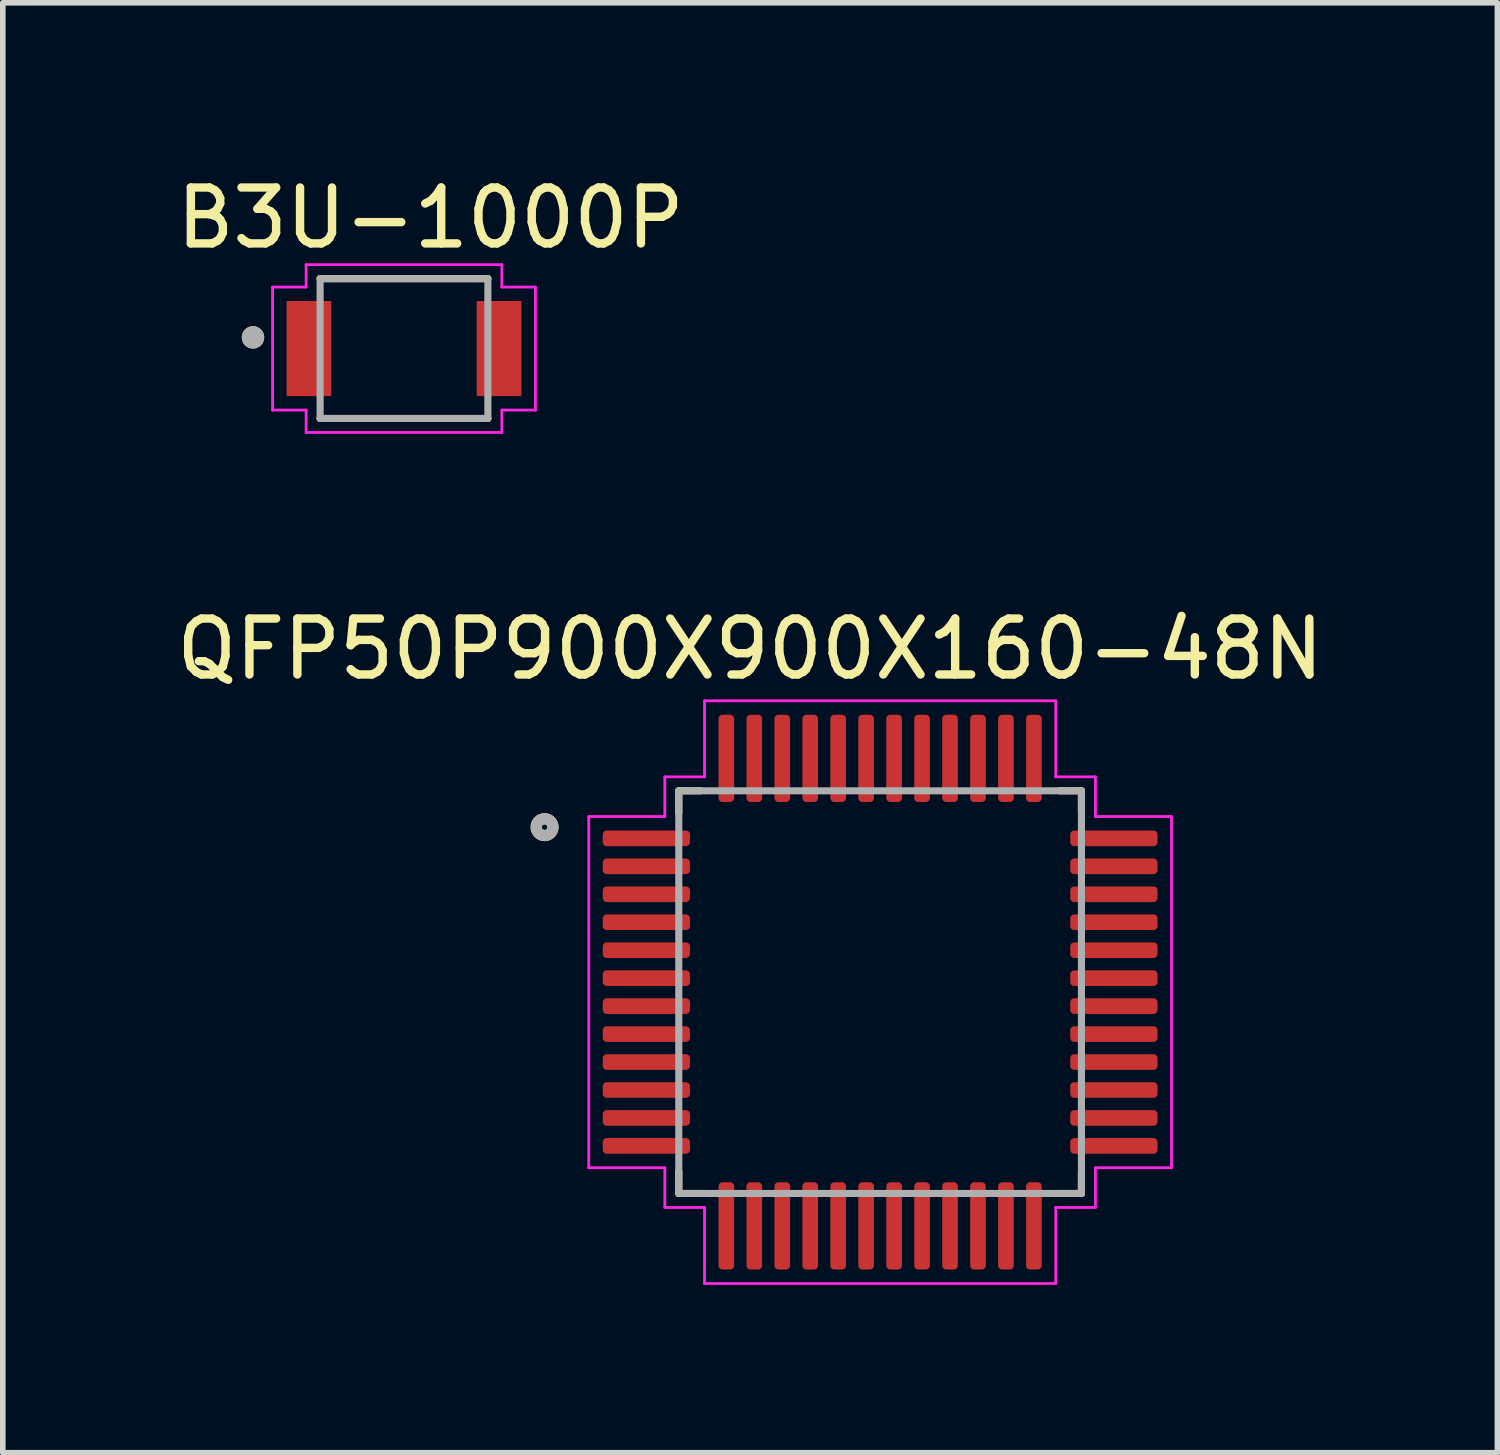
<source format=kicad_pcb>
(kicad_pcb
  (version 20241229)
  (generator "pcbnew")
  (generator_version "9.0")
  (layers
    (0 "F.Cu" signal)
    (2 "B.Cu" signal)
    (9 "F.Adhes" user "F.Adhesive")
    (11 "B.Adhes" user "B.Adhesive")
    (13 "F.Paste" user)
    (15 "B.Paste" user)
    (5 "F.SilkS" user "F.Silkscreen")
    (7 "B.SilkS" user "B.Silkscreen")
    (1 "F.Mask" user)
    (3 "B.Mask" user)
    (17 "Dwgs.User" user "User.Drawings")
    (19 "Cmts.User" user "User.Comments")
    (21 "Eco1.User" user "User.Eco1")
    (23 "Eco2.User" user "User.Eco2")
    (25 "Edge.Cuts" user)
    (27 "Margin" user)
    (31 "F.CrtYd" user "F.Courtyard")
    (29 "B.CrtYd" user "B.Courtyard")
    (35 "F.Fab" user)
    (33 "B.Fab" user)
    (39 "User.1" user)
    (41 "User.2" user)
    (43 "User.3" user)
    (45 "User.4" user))
  (footprint "QFP50P900X900X160-48N"
    (layer "F.Cu")
    (at 12.688 14.691)
    (property "Reference" "QFP50P900X900X160-48N" (at -2.325 -6.135 0) (layer "F.SilkS") (effects (font (size 1 1) (thickness 0.15))))
    (attr smd)
    (fp_line (start -3.6 -3.6) (end -3.6 -3.21) (stroke (width 0.127) (type solid)) (layer "F.SilkS"))
    (fp_line (start -3.6 3.21) (end -3.6 3.6) (stroke (width 0.127) (type solid)) (layer "F.SilkS"))
    (fp_line (start -3.6 3.6) (end -3.21 3.6) (stroke (width 0.127) (type solid)) (layer "F.SilkS"))
    (fp_line (start -3.21 -3.6) (end -3.6 -3.6) (stroke (width 0.127) (type solid)) (layer "F.SilkS"))
    (fp_line (start 3.21 3.6) (end 3.6 3.6) (stroke (width 0.127) (type solid)) (layer "F.SilkS"))
    (fp_line (start 3.6 -3.6) (end 3.21 -3.6) (stroke (width 0.127) (type solid)) (layer "F.SilkS"))
    (fp_line (start 3.6 -3.21) (end 3.6 -3.6) (stroke (width 0.127) (type solid)) (layer "F.SilkS"))
    (fp_line (start 3.6 3.6) (end 3.6 3.21) (stroke (width 0.127) (type solid)) (layer "F.SilkS"))
    (fp_circle (center -6 -2.95) (end -5.85 -2.95) (stroke (width 0.2) (type solid)) (fill no) (layer "F.SilkS"))
    (fp_line (start -5.21 -3.14) (end -3.85 -3.14) (stroke (width 0.05) (type solid)) (layer "F.CrtYd"))
    (fp_line (start -5.21 3.14) (end -5.21 -3.14) (stroke (width 0.05) (type solid)) (layer "F.CrtYd"))
    (fp_line (start -3.85 -3.85) (end -3.14 -3.85) (stroke (width 0.05) (type solid)) (layer "F.CrtYd"))
    (fp_line (start -3.85 -3.14) (end -3.85 -3.85) (stroke (width 0.05) (type solid)) (layer "F.CrtYd"))
    (fp_line (start -3.85 3.14) (end -5.21 3.14) (stroke (width 0.05) (type solid)) (layer "F.CrtYd"))
    (fp_line (start -3.85 3.85) (end -3.85 3.14) (stroke (width 0.05) (type solid)) (layer "F.CrtYd"))
    (fp_line (start -3.14 -5.21) (end 3.14 -5.21) (stroke (width 0.05) (type solid)) (layer "F.CrtYd"))
    (fp_line (start -3.14 -3.85) (end -3.14 -5.21) (stroke (width 0.05) (type solid)) (layer "F.CrtYd"))
    (fp_line (start -3.14 3.85) (end -3.85 3.85) (stroke (width 0.05) (type solid)) (layer "F.CrtYd"))
    (fp_line (start -3.14 5.21) (end -3.14 3.85) (stroke (width 0.05) (type solid)) (layer "F.CrtYd"))
    (fp_line (start 3.14 -5.21) (end 3.14 -3.85) (stroke (width 0.05) (type solid)) (layer "F.CrtYd"))
    (fp_line (start 3.14 -3.85) (end 3.85 -3.85) (stroke (width 0.05) (type solid)) (layer "F.CrtYd"))
    (fp_line (start 3.14 3.85) (end 3.14 5.21) (stroke (width 0.05) (type solid)) (layer "F.CrtYd"))
    (fp_line (start 3.14 5.21) (end -3.14 5.21) (stroke (width 0.05) (type solid)) (layer "F.CrtYd"))
    (fp_line (start 3.85 -3.85) (end 3.85 -3.14) (stroke (width 0.05) (type solid)) (layer "F.CrtYd"))
    (fp_line (start 3.85 -3.14) (end 5.21 -3.14) (stroke (width 0.05) (type solid)) (layer "F.CrtYd"))
    (fp_line (start 3.85 3.14) (end 3.85 3.85) (stroke (width 0.05) (type solid)) (layer "F.CrtYd"))
    (fp_line (start 3.85 3.85) (end 3.14 3.85) (stroke (width 0.05) (type solid)) (layer "F.CrtYd"))
    (fp_line (start 5.21 -3.14) (end 5.21 3.14) (stroke (width 0.05) (type solid)) (layer "F.CrtYd"))
    (fp_line (start 5.21 3.14) (end 3.85 3.14) (stroke (width 0.05) (type solid)) (layer "F.CrtYd"))
    (fp_line (start -3.6 -3.6) (end 3.6 -3.6) (stroke (width 0.127) (type solid)) (layer "F.Fab"))
    (fp_line (start -3.6 3.6) (end -3.6 -3.6) (stroke (width 0.127) (type solid)) (layer "F.Fab"))
    (fp_line (start 3.6 -3.6) (end 3.6 3.6) (stroke (width 0.127) (type solid)) (layer "F.Fab"))
    (fp_line (start 3.6 3.6) (end -3.6 3.6) (stroke (width 0.127) (type solid)) (layer "F.Fab"))
    (fp_circle (center -6 -2.95) (end -5.85 -2.95) (stroke (width 0.2) (type solid)) (fill no) (layer "F.Fab"))
    (pad "1" smd roundrect (at -4.18 -2.75) (size 1.56 0.28) (layers "F.Cu" "F.Mask" "F.Paste") (roundrect_rratio 0.25))
    (pad "2" smd roundrect (at -4.18 -2.25) (size 1.56 0.28) (layers "F.Cu" "F.Mask" "F.Paste") (roundrect_rratio 0.25))
    (pad "3" smd roundrect (at -4.18 -1.75) (size 1.56 0.28) (layers "F.Cu" "F.Mask" "F.Paste") (roundrect_rratio 0.25))
    (pad "4" smd roundrect (at -4.18 -1.25) (size 1.56 0.28) (layers "F.Cu" "F.Mask" "F.Paste") (roundrect_rratio 0.25))
    (pad "5" smd roundrect (at -4.18 -0.75) (size 1.56 0.28) (layers "F.Cu" "F.Mask" "F.Paste") (roundrect_rratio 0.25))
    (pad "6" smd roundrect (at -4.18 -0.25) (size 1.56 0.28) (layers "F.Cu" "F.Mask" "F.Paste") (roundrect_rratio 0.25))
    (pad "7" smd roundrect (at -4.18 0.25) (size 1.56 0.28) (layers "F.Cu" "F.Mask" "F.Paste") (roundrect_rratio 0.25))
    (pad "8" smd roundrect (at -4.18 0.75) (size 1.56 0.28) (layers "F.Cu" "F.Mask" "F.Paste") (roundrect_rratio 0.25))
    (pad "9" smd roundrect (at -4.18 1.25) (size 1.56 0.28) (layers "F.Cu" "F.Mask" "F.Paste") (roundrect_rratio 0.25))
    (pad "10" smd roundrect (at -4.18 1.75) (size 1.56 0.28) (layers "F.Cu" "F.Mask" "F.Paste") (roundrect_rratio 0.25))
    (pad "11" smd roundrect (at -4.18 2.25) (size 1.56 0.28) (layers "F.Cu" "F.Mask" "F.Paste") (roundrect_rratio 0.25))
    (pad "12" smd roundrect (at -4.18 2.75) (size 1.56 0.28) (layers "F.Cu" "F.Mask" "F.Paste") (roundrect_rratio 0.25))
    (pad "13" smd roundrect (at -2.75 4.18) (size 0.28 1.56) (layers "F.Cu" "F.Mask" "F.Paste") (roundrect_rratio 0.25))
    (pad "14" smd roundrect (at -2.25 4.18) (size 0.28 1.56) (layers "F.Cu" "F.Mask" "F.Paste") (roundrect_rratio 0.25))
    (pad "15" smd roundrect (at -1.75 4.18) (size 0.28 1.56) (layers "F.Cu" "F.Mask" "F.Paste") (roundrect_rratio 0.25))
    (pad "16" smd roundrect (at -1.25 4.18) (size 0.28 1.56) (layers "F.Cu" "F.Mask" "F.Paste") (roundrect_rratio 0.25))
    (pad "17" smd roundrect (at -0.75 4.18) (size 0.28 1.56) (layers "F.Cu" "F.Mask" "F.Paste") (roundrect_rratio 0.25))
    (pad "18" smd roundrect (at -0.25 4.18) (size 0.28 1.56) (layers "F.Cu" "F.Mask" "F.Paste") (roundrect_rratio 0.25))
    (pad "19" smd roundrect (at 0.25 4.18) (size 0.28 1.56) (layers "F.Cu" "F.Mask" "F.Paste") (roundrect_rratio 0.25))
    (pad "20" smd roundrect (at 0.75 4.18) (size 0.28 1.56) (layers "F.Cu" "F.Mask" "F.Paste") (roundrect_rratio 0.25))
    (pad "21" smd roundrect (at 1.25 4.18) (size 0.28 1.56) (layers "F.Cu" "F.Mask" "F.Paste") (roundrect_rratio 0.25))
    (pad "22" smd roundrect (at 1.75 4.18) (size 0.28 1.56) (layers "F.Cu" "F.Mask" "F.Paste") (roundrect_rratio 0.25))
    (pad "23" smd roundrect (at 2.25 4.18) (size 0.28 1.56) (layers "F.Cu" "F.Mask" "F.Paste") (roundrect_rratio 0.25))
    (pad "24" smd roundrect (at 2.75 4.18) (size 0.28 1.56) (layers "F.Cu" "F.Mask" "F.Paste") (roundrect_rratio 0.25))
    (pad "25" smd roundrect (at 4.18 2.75) (size 1.56 0.28) (layers "F.Cu" "F.Mask" "F.Paste") (roundrect_rratio 0.25))
    (pad "26" smd roundrect (at 4.18 2.25) (size 1.56 0.28) (layers "F.Cu" "F.Mask" "F.Paste") (roundrect_rratio 0.25))
    (pad "27" smd roundrect (at 4.18 1.75) (size 1.56 0.28) (layers "F.Cu" "F.Mask" "F.Paste") (roundrect_rratio 0.25))
    (pad "28" smd roundrect (at 4.18 1.25) (size 1.56 0.28) (layers "F.Cu" "F.Mask" "F.Paste") (roundrect_rratio 0.25))
    (pad "29" smd roundrect (at 4.18 0.75) (size 1.56 0.28) (layers "F.Cu" "F.Mask" "F.Paste") (roundrect_rratio 0.25))
    (pad "30" smd roundrect (at 4.18 0.25) (size 1.56 0.28) (layers "F.Cu" "F.Mask" "F.Paste") (roundrect_rratio 0.25))
    (pad "31" smd roundrect (at 4.18 -0.25) (size 1.56 0.28) (layers "F.Cu" "F.Mask" "F.Paste") (roundrect_rratio 0.25))
    (pad "32" smd roundrect (at 4.18 -0.75) (size 1.56 0.28) (layers "F.Cu" "F.Mask" "F.Paste") (roundrect_rratio 0.25))
    (pad "33" smd roundrect (at 4.18 -1.25) (size 1.56 0.28) (layers "F.Cu" "F.Mask" "F.Paste") (roundrect_rratio 0.25))
    (pad "34" smd roundrect (at 4.18 -1.75) (size 1.56 0.28) (layers "F.Cu" "F.Mask" "F.Paste") (roundrect_rratio 0.25))
    (pad "35" smd roundrect (at 4.18 -2.25) (size 1.56 0.28) (layers "F.Cu" "F.Mask" "F.Paste") (roundrect_rratio 0.25))
    (pad "36" smd roundrect (at 4.18 -2.75) (size 1.56 0.28) (layers "F.Cu" "F.Mask" "F.Paste") (roundrect_rratio 0.25))
    (pad "37" smd roundrect (at 2.75 -4.18) (size 0.28 1.56) (layers "F.Cu" "F.Mask" "F.Paste") (roundrect_rratio 0.25))
    (pad "38" smd roundrect (at 2.25 -4.18) (size 0.28 1.56) (layers "F.Cu" "F.Mask" "F.Paste") (roundrect_rratio 0.25))
    (pad "39" smd roundrect (at 1.75 -4.18) (size 0.28 1.56) (layers "F.Cu" "F.Mask" "F.Paste") (roundrect_rratio 0.25))
    (pad "40" smd roundrect (at 1.25 -4.18) (size 0.28 1.56) (layers "F.Cu" "F.Mask" "F.Paste") (roundrect_rratio 0.25))
    (pad "41" smd roundrect (at 0.75 -4.18) (size 0.28 1.56) (layers "F.Cu" "F.Mask" "F.Paste") (roundrect_rratio 0.25))
    (pad "42" smd roundrect (at 0.25 -4.18) (size 0.28 1.56) (layers "F.Cu" "F.Mask" "F.Paste") (roundrect_rratio 0.25))
    (pad "43" smd roundrect (at -0.25 -4.18) (size 0.28 1.56) (layers "F.Cu" "F.Mask" "F.Paste") (roundrect_rratio 0.25))
    (pad "44" smd roundrect (at -0.75 -4.18) (size 0.28 1.56) (layers "F.Cu" "F.Mask" "F.Paste") (roundrect_rratio 0.25))
    (pad "45" smd roundrect (at -1.25 -4.18) (size 0.28 1.56) (layers "F.Cu" "F.Mask" "F.Paste") (roundrect_rratio 0.25))
    (pad "46" smd roundrect (at -1.75 -4.18) (size 0.28 1.56) (layers "F.Cu" "F.Mask" "F.Paste") (roundrect_rratio 0.25))
    (pad "47" smd roundrect (at -2.25 -4.18) (size 0.28 1.56) (layers "F.Cu" "F.Mask" "F.Paste") (roundrect_rratio 0.25))
    (pad "48" smd roundrect (at -2.75 -4.18) (size 0.28 1.56) (layers "F.Cu" "F.Mask" "F.Paste") (roundrect_rratio 0.25)))
  (footprint "B3U-1000P"
    (layer "F.Cu")
    (at 4.174 3.183)
    (property "Reference" "B3U-1000P" (at 0.475 -2.335 0) (layer "F.SilkS") (effects (font (size 1 1) (thickness 0.15))))
    (attr smd)
    (fp_line (start -1.5 -1.25) (end 1.5 -1.25) (stroke (width 0.127) (type solid)) (layer "F.SilkS"))
    (fp_line (start -1.5 1.25) (end 1.5 1.25) (stroke (width 0.127) (type solid)) (layer "F.SilkS"))
    (fp_circle (center -2.7 -0.2) (end -2.6 -0.2) (stroke (width 0.2) (type solid)) (fill no) (layer "F.SilkS"))
    (fp_line (start -2.35 -1.1) (end -1.75 -1.1) (stroke (width 0.05) (type solid)) (layer "F.CrtYd"))
    (fp_line (start -2.35 1.1) (end -2.35 -1.1) (stroke (width 0.05) (type solid)) (layer "F.CrtYd"))
    (fp_line (start -1.75 -1.5) (end 1.75 -1.5) (stroke (width 0.05) (type solid)) (layer "F.CrtYd"))
    (fp_line (start -1.75 -1.1) (end -1.75 -1.5) (stroke (width 0.05) (type solid)) (layer "F.CrtYd"))
    (fp_line (start -1.75 1.1) (end -2.35 1.1) (stroke (width 0.05) (type solid)) (layer "F.CrtYd"))
    (fp_line (start -1.75 1.5) (end -1.75 1.1) (stroke (width 0.05) (type solid)) (layer "F.CrtYd"))
    (fp_line (start 1.75 -1.5) (end 1.75 -1.1) (stroke (width 0.05) (type solid)) (layer "F.CrtYd"))
    (fp_line (start 1.75 -1.1) (end 2.35 -1.1) (stroke (width 0.05) (type solid)) (layer "F.CrtYd"))
    (fp_line (start 1.75 1.1) (end 1.75 1.5) (stroke (width 0.05) (type solid)) (layer "F.CrtYd"))
    (fp_line (start 1.75 1.5) (end -1.75 1.5) (stroke (width 0.05) (type solid)) (layer "F.CrtYd"))
    (fp_line (start 2.35 -1.1) (end 2.35 1.1) (stroke (width 0.05) (type solid)) (layer "F.CrtYd"))
    (fp_line (start 2.35 1.1) (end 1.75 1.1) (stroke (width 0.05) (type solid)) (layer "F.CrtYd"))
    (fp_line (start -1.5 1.25) (end -1.5 -1.25) (stroke (width 0.127) (type solid)) (layer "F.Fab"))
    (fp_line (start 1.5 -1.25) (end -1.5 -1.25) (stroke (width 0.127) (type solid)) (layer "F.Fab"))
    (fp_line (start 1.5 -1.25) (end 1.5 1.25) (stroke (width 0.127) (type solid)) (layer "F.Fab"))
    (fp_line (start 1.5 1.25) (end -1.5 1.25) (stroke (width 0.127) (type solid)) (layer "F.Fab"))
    (fp_circle (center -2.7 -0.2) (end -2.6 -0.2) (stroke (width 0.2) (type solid)) (fill no) (layer "F.Fab"))
    (pad "1" smd rect (at -1.7 0) (size 0.8 1.7) (layers "F.Cu" "F.Mask" "F.Paste"))
    (pad "2" smd rect (at 1.7 0) (size 0.8 1.7) (layers "F.Cu" "F.Mask" "F.Paste")))
  (gr_rect
    (start -3 -3)
    (end 23.726 22.927)
    (stroke (width 0.1) (type default))
    (fill no)
    (layer "Edge.Cuts")))
</source>
